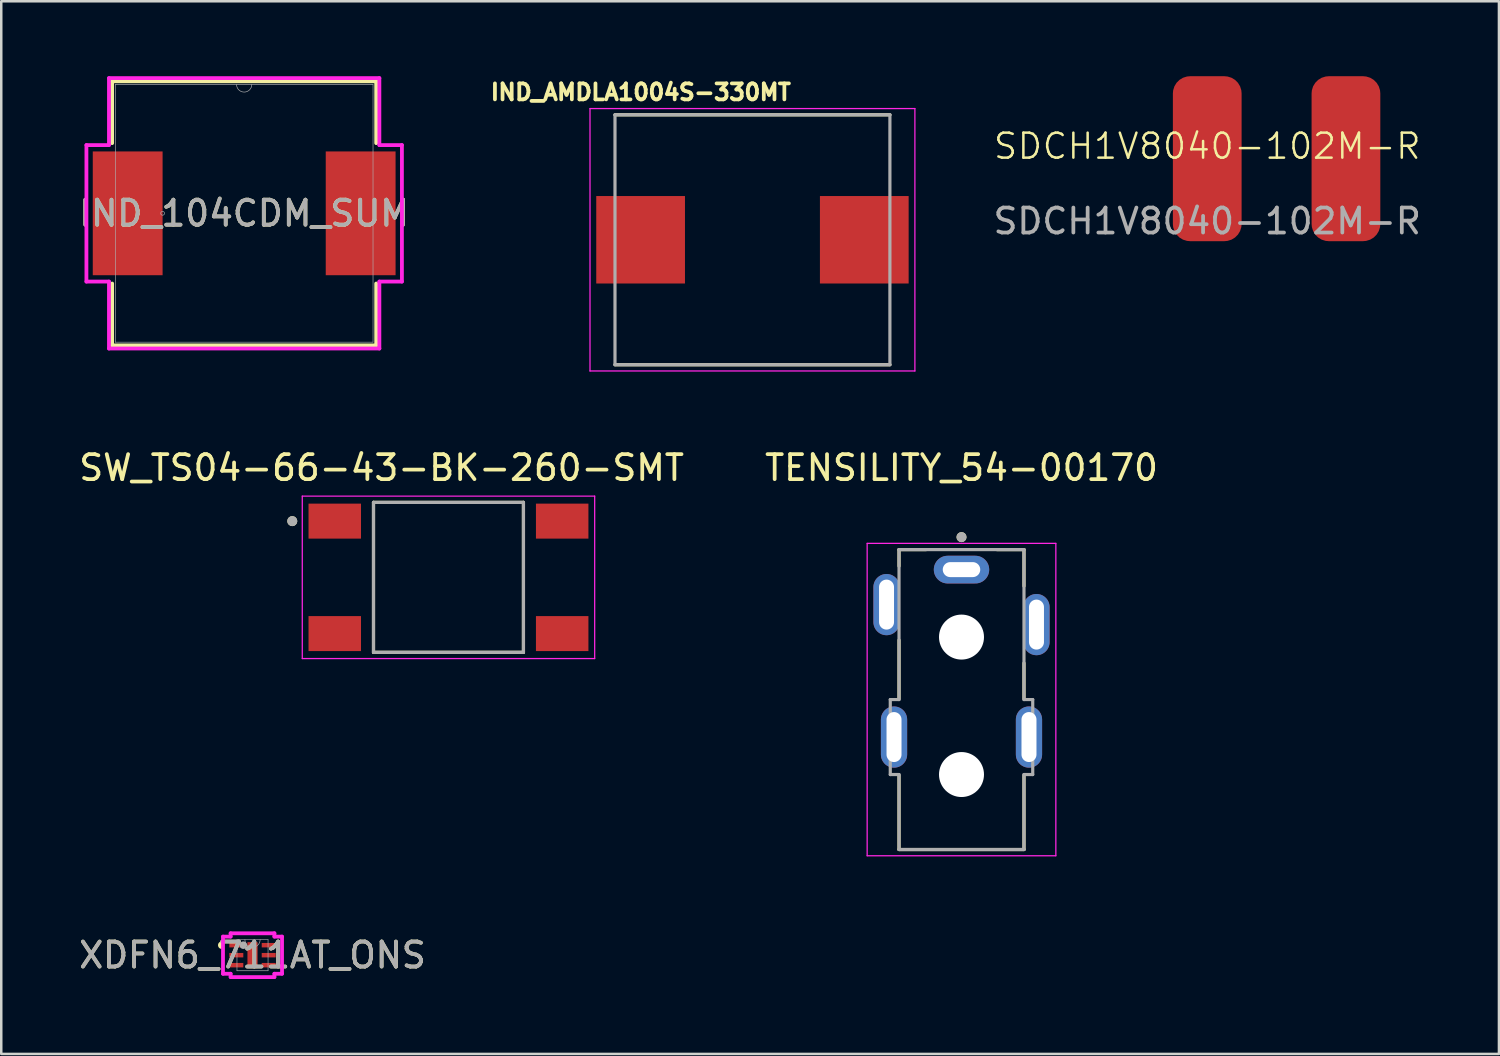
<source format=kicad_pcb>
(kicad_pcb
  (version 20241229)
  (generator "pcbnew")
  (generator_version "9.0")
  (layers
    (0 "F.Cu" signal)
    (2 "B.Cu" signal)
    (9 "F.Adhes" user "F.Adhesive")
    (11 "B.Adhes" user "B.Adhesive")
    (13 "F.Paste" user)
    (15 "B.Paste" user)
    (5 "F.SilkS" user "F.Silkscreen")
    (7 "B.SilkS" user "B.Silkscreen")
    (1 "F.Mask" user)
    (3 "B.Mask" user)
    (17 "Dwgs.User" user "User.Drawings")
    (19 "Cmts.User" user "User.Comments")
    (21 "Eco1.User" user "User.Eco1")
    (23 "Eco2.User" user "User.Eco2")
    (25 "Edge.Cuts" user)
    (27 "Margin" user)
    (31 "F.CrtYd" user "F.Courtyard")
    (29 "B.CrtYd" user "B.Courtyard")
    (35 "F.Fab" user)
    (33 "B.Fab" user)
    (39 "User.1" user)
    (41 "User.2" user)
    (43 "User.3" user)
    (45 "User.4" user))
  (footprint "SDCH1V8040-102M-R"
    (layer "F.Cu")
    (at 45.256 3.3)
    (property "Reference" "SDCH1V8040-102M-R" (at 0 -0.5 0) (unlocked yes) (layer "F.SilkS") (effects (font (size 1 1) (thickness 0.1))))
    (attr smd)
    (fp_text user "${REFERENCE}" (at 0 2.5 0) (unlocked yes) (layer "F.Fab") (effects (font (size 1 1) (thickness 0.15))))
    (pad "1" smd roundrect (at 0 0) (size 2.75 6.6) (layers "F.Cu" "F.Mask" "F.Paste") (roundrect_rratio 0.25))
    (pad "2" smd roundrect (at 5.55 0) (size 2.75 6.6) (layers "F.Cu" "F.Mask" "F.Paste") (roundrect_rratio 0.25)))
  (footprint "IND_AMDLA1004S-330MT"
    (layer "F.Cu")
    (at 27.058 6.544)
    (property "Reference" "IND_AMDLA1004S-330MT" (at -4.468 -5.906 0) (layer "F.SilkS") (effects (font (size 0.64 0.64) (thickness 0.15))))
    (attr smd)
    (fp_line (start -5.5 -5) (end 5.5 -5) (stroke (width 0.127) (type solid)) (layer "F.SilkS"))
    (fp_line (start -5.5 5) (end 5.5 5) (stroke (width 0.127) (type solid)) (layer "F.SilkS"))
    (fp_line (start -6.5 -5.25) (end -6.5 5.25) (stroke (width 0.05) (type solid)) (layer "F.CrtYd"))
    (fp_line (start -6.5 5.25) (end 6.5 5.25) (stroke (width 0.05) (type solid)) (layer "F.CrtYd"))
    (fp_line (start 6.5 -5.25) (end -6.5 -5.25) (stroke (width 0.05) (type solid)) (layer "F.CrtYd"))
    (fp_line (start 6.5 5.25) (end 6.5 -5.25) (stroke (width 0.05) (type solid)) (layer "F.CrtYd"))
    (fp_line (start -5.5 -5) (end -5.5 5) (stroke (width 0.127) (type solid)) (layer "F.Fab"))
    (fp_line (start -5.5 -5) (end 5.5 -5) (stroke (width 0.127) (type solid)) (layer "F.Fab"))
    (fp_line (start -5.5 5) (end 5.5 5) (stroke (width 0.127) (type solid)) (layer "F.Fab"))
    (fp_line (start 5.5 -5) (end 5.5 5) (stroke (width 0.127) (type solid)) (layer "F.Fab"))
    (pad "1" smd rect (at -4.475 0) (size 3.55 3.5) (layers "F.Cu" "F.Mask" "F.Paste"))
    (pad "2" smd rect (at 4.475 0) (size 3.55 3.5) (layers "F.Cu" "F.Mask" "F.Paste")))
  (footprint "SW_TS04-66-43-BK-260-SMT"
    (layer "F.Cu")
    (at 14.895 20.052)
    (property "Reference" "SW_TS04-66-43-BK-260-SMT" (at -2.675 -4.385 0) (layer "F.SilkS") (effects (font (size 1 1) (thickness 0.15))))
    (attr smd)
    (fp_line (start -3 -3) (end -3 3) (stroke (width 0.127) (type solid)) (layer "F.SilkS"))
    (fp_line (start -3 3) (end 3 3) (stroke (width 0.127) (type solid)) (layer "F.SilkS"))
    (fp_line (start 3 -3) (end -3 -3) (stroke (width 0.127) (type solid)) (layer "F.SilkS"))
    (fp_line (start 3 3) (end 3 -3) (stroke (width 0.127) (type solid)) (layer "F.SilkS"))
    (fp_circle (center -6.25 -2.25) (end -6.15 -2.25) (stroke (width 0.2) (type solid)) (fill no) (layer "F.SilkS"))
    (fp_line (start -5.85 -3.25) (end -5.85 3.25) (stroke (width 0.05) (type solid)) (layer "F.CrtYd"))
    (fp_line (start -5.85 3.25) (end 5.85 3.25) (stroke (width 0.05) (type solid)) (layer "F.CrtYd"))
    (fp_line (start 5.85 -3.25) (end -5.85 -3.25) (stroke (width 0.05) (type solid)) (layer "F.CrtYd"))
    (fp_line (start 5.85 3.25) (end 5.85 -3.25) (stroke (width 0.05) (type solid)) (layer "F.CrtYd"))
    (fp_line (start -3 -3) (end -3 3) (stroke (width 0.127) (type solid)) (layer "F.Fab"))
    (fp_line (start -3 3) (end 3 3) (stroke (width 0.127) (type solid)) (layer "F.Fab"))
    (fp_line (start 3 -3) (end -3 -3) (stroke (width 0.127) (type solid)) (layer "F.Fab"))
    (fp_line (start 3 3) (end 3 -3) (stroke (width 0.127) (type solid)) (layer "F.Fab"))
    (fp_circle (center -6.25 -2.25) (end -6.15 -2.25) (stroke (width 0.2) (type solid)) (fill no) (layer "F.Fab"))
    (pad "1" smd rect (at -4.55 -2.25) (size 2.1 1.4) (layers "F.Cu" "F.Mask" "F.Paste"))
    (pad "2" smd rect (at -4.55 2.25) (size 2.1 1.4) (layers "F.Cu" "F.Mask" "F.Paste"))
    (pad "3" smd rect (at 4.55 -2.25) (size 2.1 1.4) (layers "F.Cu" "F.Mask" "F.Paste"))
    (pad "4" smd rect (at 4.55 2.25) (size 2.1 1.4) (layers "F.Cu" "F.Mask" "F.Paste")))
  (footprint "XDFN6_711AT_ONS"
    (layer "F.Cu")
    (at 7.054 35.17)
    (property "Reference" "XDFN6_711AT_ONS" (at 0 0 0) (unlocked yes) (layer "F.SilkS") (effects (font (size 1 1) (thickness 0.15))))
    (attr smd)
    (fp_arc (start -1.25984 -0.330453) (mid -1.3049 -0.4) (end -1.25984 -0.469547) (stroke (width 0.1524) (type solid)) (layer "F.SilkS"))
    (fp_line (start -1.181 -0.743) (end -0.876 -0.743) (stroke (width 0.152) (type solid)) (layer "F.CrtYd"))
    (fp_line (start -1.181 0.743) (end -1.181 -0.743) (stroke (width 0.152) (type solid)) (layer "F.CrtYd"))
    (fp_line (start -1.181 0.743) (end -0.876 0.743) (stroke (width 0.152) (type solid)) (layer "F.CrtYd"))
    (fp_line (start -0.876 -0.876) (end 0.876 -0.876) (stroke (width 0.152) (type solid)) (layer "F.CrtYd"))
    (fp_line (start -0.876 -0.743) (end -0.876 -0.876) (stroke (width 0.152) (type solid)) (layer "F.CrtYd"))
    (fp_line (start -0.876 0.876) (end -0.876 0.743) (stroke (width 0.152) (type solid)) (layer "F.CrtYd"))
    (fp_line (start 0.876 -0.876) (end 0.876 -0.743) (stroke (width 0.152) (type solid)) (layer "F.CrtYd"))
    (fp_line (start 0.876 0.743) (end 0.876 0.876) (stroke (width 0.152) (type solid)) (layer "F.CrtYd"))
    (fp_line (start 0.876 0.876) (end -0.876 0.876) (stroke (width 0.152) (type solid)) (layer "F.CrtYd"))
    (fp_line (start 1.181 -0.743) (end 0.876 -0.743) (stroke (width 0.152) (type solid)) (layer "F.CrtYd"))
    (fp_line (start 1.181 -0.743) (end 1.181 0.743) (stroke (width 0.152) (type solid)) (layer "F.CrtYd"))
    (fp_line (start 1.181 0.743) (end 0.876 0.743) (stroke (width 0.152) (type solid)) (layer "F.CrtYd"))
    (fp_line (start -0.622 -0.622) (end -0.622 0.622) (stroke (width 0.025) (type solid)) (layer "F.Fab"))
    (fp_line (start -0.622 0.622) (end 0.622 0.622) (stroke (width 0.025) (type solid)) (layer "F.Fab"))
    (fp_line (start 0.622 -0.622) (end -0.622 -0.622) (stroke (width 0.025) (type solid)) (layer "F.Fab"))
    (fp_line (start 0.622 0.622) (end 0.622 -0.622) (stroke (width 0.025) (type solid)) (layer "F.Fab"))
    (fp_arc (start 0.3048 -0.6223) (mid 0 -0.3175) (end -0.3048 -0.6223) (stroke (width 0.0254) (type solid)) (layer "F.Fab"))
    (fp_circle (center -0.368 -0.4) (end -0.368 -0.4) (stroke (width 0.152) (type solid)) (fill no) (layer "F.Fab"))
    (fp_text user "${REFERENCE}" (at 0 0 0) (unlocked yes) (layer "F.Fab") (effects (font (size 1 1) (thickness 0.15))))
    (pad "1" smd rect (at -0.648 -0.4) (size 0.559 0.178) (layers "F.Cu" "F.Mask" "F.Paste"))
    (pad "2" smd rect (at -0.648 0) (size 0.559 0.178) (layers "F.Cu" "F.Mask" "F.Paste"))
    (pad "3" smd rect (at -0.648 0.4) (size 0.559 0.178) (layers "F.Cu" "F.Mask" "F.Paste"))
    (pad "4" smd rect (at 0.648 0.4) (size 0.559 0.178) (layers "F.Cu" "F.Mask" "F.Paste"))
    (pad "5" smd rect (at 0.648 0) (size 0.559 0.178) (layers "F.Cu" "F.Mask" "F.Paste"))
    (pad "6" smd rect (at 0.648 -0.4) (size 0.559 0.178) (layers "F.Cu" "F.Mask" "F.Paste"))
    (pad "7" smd rect (at 0 0) (size 0.406 1.041) (layers "F.Cu" "F.Mask" "F.Paste")))
  (footprint "TENSILITY_54-00170"
    (layer "F.Cu")
    (at 35.423 25.192)
    (property "Reference" "TENSILITY_54-00170" (at 0 -9.525 0) (layer "F.SilkS") (effects (font (size 1 1) (thickness 0.15))))
    (attr through_hole)
    (fp_line (start -2.5 -6.25) (end -1.422 -6.25) (stroke (width 0.127) (type solid)) (layer "F.SilkS"))
    (fp_line (start -2.5 -5.59) (end -2.5 -6.25) (stroke (width 0.127) (type solid)) (layer "F.SilkS"))
    (fp_line (start -2.5 -2.63) (end -2.5 -0.29) (stroke (width 0.127) (type solid)) (layer "F.SilkS"))
    (fp_line (start -2.5 5.75) (end -2.5 2.79) (stroke (width 0.127) (type solid)) (layer "F.SilkS"))
    (fp_line (start 1.422 -6.25) (end 2.5 -6.25) (stroke (width 0.127) (type solid)) (layer "F.SilkS"))
    (fp_line (start 2.5 -6.25) (end 2.5 -4.79) (stroke (width 0.127) (type solid)) (layer "F.SilkS"))
    (fp_line (start 2.5 -1.71) (end 2.5 -0.29) (stroke (width 0.127) (type solid)) (layer "F.SilkS"))
    (fp_line (start 2.5 5.75) (end -2.5 5.75) (stroke (width 0.127) (type solid)) (layer "F.SilkS"))
    (fp_line (start 2.5 5.75) (end 2.5 2.79) (stroke (width 0.127) (type solid)) (layer "F.SilkS"))
    (fp_circle (center 0 -6.75) (end 0.1 -6.75) (stroke (width 0.2) (type solid)) (fill no) (layer "F.SilkS"))
    (fp_line (start -3.775 -6.5) (end -3.775 6) (stroke (width 0.05) (type solid)) (layer "F.CrtYd"))
    (fp_line (start -3.775 6) (end 3.775 6) (stroke (width 0.05) (type solid)) (layer "F.CrtYd"))
    (fp_line (start 3.775 -6.5) (end -3.775 -6.5) (stroke (width 0.05) (type solid)) (layer "F.CrtYd"))
    (fp_line (start 3.775 6) (end 3.775 -6.5) (stroke (width 0.05) (type solid)) (layer "F.CrtYd"))
    (fp_line (start -2.85 -0.25) (end -2.85 2.75) (stroke (width 0.127) (type solid)) (layer "F.Fab"))
    (fp_line (start -2.85 -0.25) (end -2.5 -0.25) (stroke (width 0.127) (type solid)) (layer "F.Fab"))
    (fp_line (start -2.85 2.75) (end -2.5 2.75) (stroke (width 0.127) (type solid)) (layer "F.Fab"))
    (fp_line (start -2.5 -6.25) (end 2.5 -6.25) (stroke (width 0.127) (type solid)) (layer "F.Fab"))
    (fp_line (start -2.5 -0.25) (end -2.5 -6.25) (stroke (width 0.127) (type solid)) (layer "F.Fab"))
    (fp_line (start -2.5 5.75) (end -2.5 2.75) (stroke (width 0.127) (type solid)) (layer "F.Fab"))
    (fp_line (start -2.5 5.75) (end 2.5 5.75) (stroke (width 0.127) (type solid)) (layer "F.Fab"))
    (fp_line (start 2.5 -0.25) (end 2.5 -6.25) (stroke (width 0.127) (type solid)) (layer "F.Fab"))
    (fp_line (start 2.5 5.75) (end 2.5 2.75) (stroke (width 0.127) (type solid)) (layer "F.Fab"))
    (fp_line (start 2.85 -0.25) (end 2.5 -0.25) (stroke (width 0.127) (type solid)) (layer "F.Fab"))
    (fp_line (start 2.85 -0.25) (end 2.85 2.75) (stroke (width 0.127) (type solid)) (layer "F.Fab"))
    (fp_line (start 2.85 2.75) (end 2.5 2.75) (stroke (width 0.127) (type solid)) (layer "F.Fab"))
    (fp_circle (center 0 -6.75) (end 0.1 -6.75) (stroke (width 0.2) (type solid)) (fill no) (layer "F.Fab"))
    (pad "" np_thru_hole circle (at 0 -2.75) (size 1.8 1.8) (drill 1.8) (layers "*.Cu" "*.Mask"))
    (pad "" np_thru_hole circle (at 0 2.75) (size 1.8 1.8) (drill 1.8) (layers "*.Cu" "*.Mask"))
    (pad "A" thru_hole oval (at 0 -5.45) (size 2.216 1.108) (drill oval 1.5 0.6) (layers "*.Cu" "*.Mask"))
    (pad "B" thru_hole oval (at -3 -4.05) (size 1.05 2.45) (drill oval 0.6 2) (layers "*.Cu" "*.Mask"))
    (pad "C" thru_hole oval (at 3 -3.25) (size 1.05 2.45) (drill oval 0.6 2) (layers "*.Cu" "*.Mask"))
    (pad "SH1" thru_hole oval (at -2.7 1.25) (size 1.05 2.45) (drill oval 0.6 2) (layers "*.Cu" "*.Mask"))
    (pad "SH2" thru_hole oval (at 2.7 1.25) (size 1.05 2.45) (drill oval 0.6 2) (layers "*.Cu" "*.Mask")))
  (footprint "IND_104CDM_SUM"
    (layer "F.Cu")
    (at 6.72 5.486)
    (property "Reference" "IND_104CDM_SUM" (at 0 0 0) (unlocked yes) (layer "F.SilkS") (effects (font (size 1 1) (thickness 0.15))))
    (attr smd)
    (fp_line (start -5.283 -5.283) (end -5.283 -2.809) (stroke (width 0.152) (type solid)) (layer "F.SilkS"))
    (fp_line (start -5.283 2.809) (end -5.283 5.283) (stroke (width 0.152) (type solid)) (layer "F.SilkS"))
    (fp_line (start -5.283 5.283) (end 5.283 5.283) (stroke (width 0.152) (type solid)) (layer "F.SilkS"))
    (fp_line (start 5.283 -5.283) (end -5.283 -5.283) (stroke (width 0.152) (type solid)) (layer "F.SilkS"))
    (fp_line (start 5.283 -2.809) (end 5.283 -5.283) (stroke (width 0.152) (type solid)) (layer "F.SilkS"))
    (fp_line (start 5.283 5.283) (end 5.283 2.809) (stroke (width 0.152) (type solid)) (layer "F.SilkS"))
    (fp_line (start -6.312 -2.731) (end -5.41 -2.731) (stroke (width 0.152) (type solid)) (layer "F.CrtYd"))
    (fp_line (start -6.312 2.731) (end -6.312 -2.731) (stroke (width 0.152) (type solid)) (layer "F.CrtYd"))
    (fp_line (start -6.312 2.731) (end -5.41 2.731) (stroke (width 0.152) (type solid)) (layer "F.CrtYd"))
    (fp_line (start -5.41 -5.41) (end 5.41 -5.41) (stroke (width 0.152) (type solid)) (layer "F.CrtYd"))
    (fp_line (start -5.41 -2.731) (end -5.41 -5.41) (stroke (width 0.152) (type solid)) (layer "F.CrtYd"))
    (fp_line (start -5.41 5.41) (end -5.41 2.731) (stroke (width 0.152) (type solid)) (layer "F.CrtYd"))
    (fp_line (start 5.41 -5.41) (end 5.41 -2.731) (stroke (width 0.152) (type solid)) (layer "F.CrtYd"))
    (fp_line (start 5.41 2.731) (end 5.41 5.41) (stroke (width 0.152) (type solid)) (layer "F.CrtYd"))
    (fp_line (start 5.41 5.41) (end -5.41 5.41) (stroke (width 0.152) (type solid)) (layer "F.CrtYd"))
    (fp_line (start 6.312 -2.731) (end 5.41 -2.731) (stroke (width 0.152) (type solid)) (layer "F.CrtYd"))
    (fp_line (start 6.312 -2.731) (end 6.312 2.731) (stroke (width 0.152) (type solid)) (layer "F.CrtYd"))
    (fp_line (start 6.312 2.731) (end 5.41 2.731) (stroke (width 0.152) (type solid)) (layer "F.CrtYd"))
    (fp_line (start -5.156 -5.156) (end -5.156 5.156) (stroke (width 0.025) (type solid)) (layer "F.Fab"))
    (fp_line (start -5.156 5.156) (end 5.156 5.156) (stroke (width 0.025) (type solid)) (layer "F.Fab"))
    (fp_line (start 5.156 -5.156) (end -5.156 -5.156) (stroke (width 0.025) (type solid)) (layer "F.Fab"))
    (fp_line (start 5.156 5.156) (end 5.156 -5.156) (stroke (width 0.025) (type solid)) (layer "F.Fab"))
    (fp_arc (start 0.3048 -5.1562) (mid 0 -4.8514) (end -0.3048 -5.1562) (stroke (width 0.0254) (type solid)) (layer "F.Fab"))
    (fp_circle (center -3.264 0) (end -3.188 0) (stroke (width 0.025) (type solid)) (fill no) (layer "F.Fab"))
    (fp_text user "${REFERENCE}" (at 0 0 0) (unlocked yes) (layer "F.Fab") (effects (font (size 1 1) (thickness 0.15))))
    (pad "1" smd rect (at -4.661 0) (size 2.794 4.953) (layers "F.Cu" "F.Mask" "F.Paste"))
    (pad "2" smd rect (at 4.661 0) (size 2.794 4.953) (layers "F.Cu" "F.Mask" "F.Paste")))
  (gr_rect
    (start -3 -3)
    (end 56.928 39.122)
    (stroke (width 0.1) (type default))
    (fill no)
    (layer "Edge.Cuts")))
</source>
